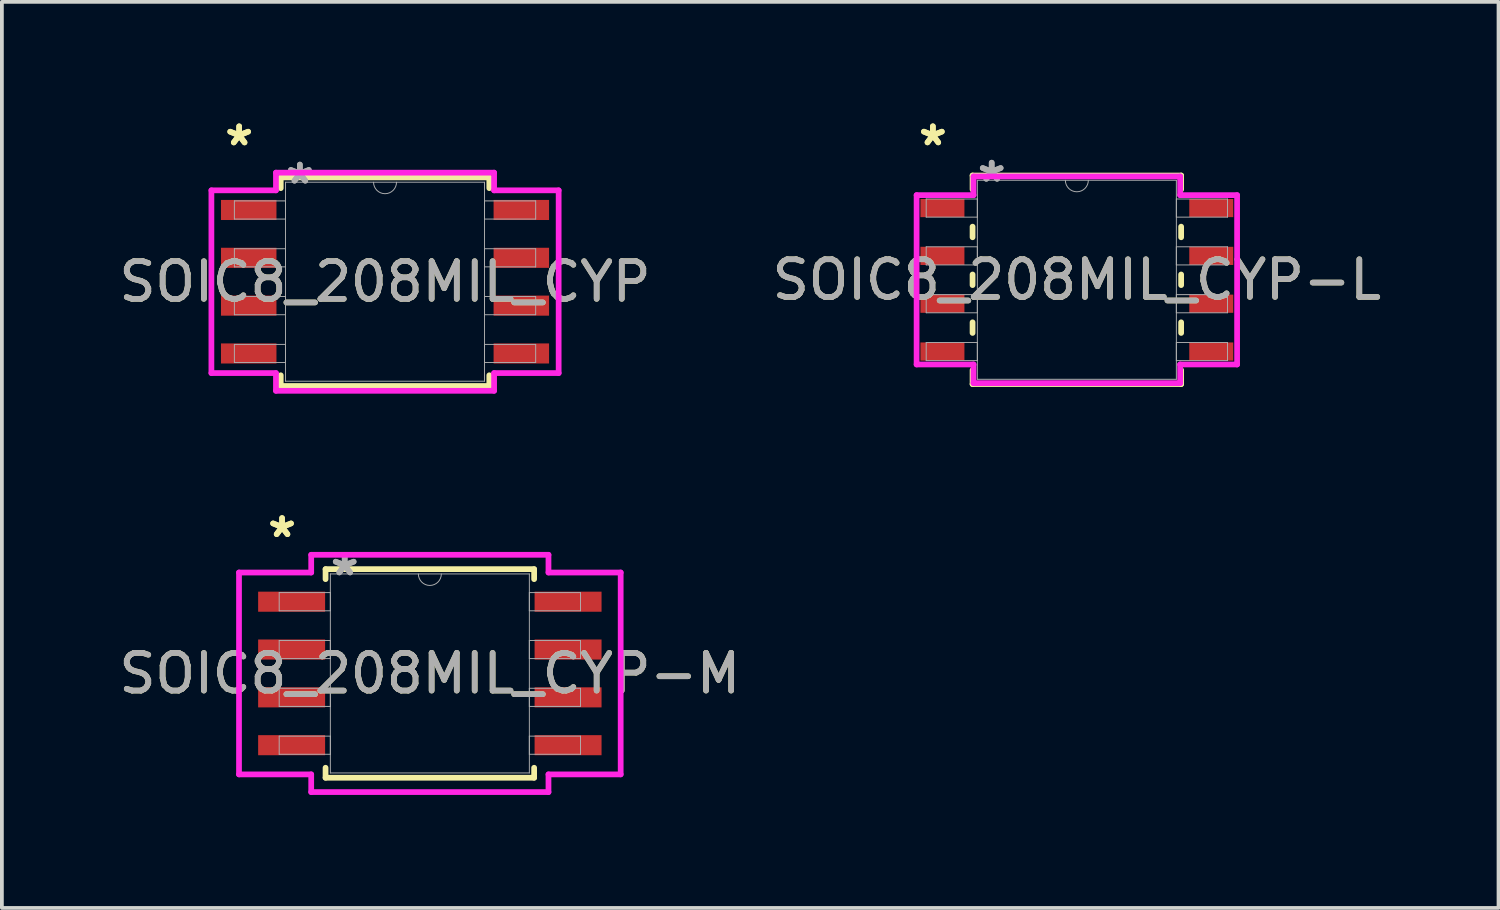
<source format=kicad_pcb>
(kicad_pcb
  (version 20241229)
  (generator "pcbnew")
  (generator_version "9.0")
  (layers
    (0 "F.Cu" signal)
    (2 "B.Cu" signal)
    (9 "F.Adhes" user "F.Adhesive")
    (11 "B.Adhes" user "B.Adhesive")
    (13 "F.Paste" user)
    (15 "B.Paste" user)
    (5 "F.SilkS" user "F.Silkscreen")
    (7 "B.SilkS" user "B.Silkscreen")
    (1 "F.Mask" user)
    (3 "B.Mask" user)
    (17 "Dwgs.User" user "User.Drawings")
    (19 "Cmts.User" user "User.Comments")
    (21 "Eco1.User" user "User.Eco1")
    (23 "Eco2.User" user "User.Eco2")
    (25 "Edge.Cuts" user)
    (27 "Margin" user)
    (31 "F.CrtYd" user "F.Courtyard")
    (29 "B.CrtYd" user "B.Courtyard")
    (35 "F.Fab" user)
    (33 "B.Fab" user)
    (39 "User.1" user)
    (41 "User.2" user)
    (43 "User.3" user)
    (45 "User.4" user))
  (footprint "SOIC8_208MIL_CYP-L"
    (layer "F.Cu")
    (at 25.542 4.379)
    (property "Reference" "SOIC8_208MIL_CYP-L" (at 0 0 0) (unlocked yes) (layer "F.SilkS") (effects (font (size 1 1) (thickness 0.15))))
    (attr smd)
    (fp_line (start -2.769 -2.769) (end -2.769 -2.399) (stroke (width 0.152) (type solid)) (layer "F.SilkS"))
    (fp_line (start -2.769 -1.411) (end -2.769 -1.129) (stroke (width 0.152) (type solid)) (layer "F.SilkS"))
    (fp_line (start -2.769 -0.141) (end -2.769 0.141) (stroke (width 0.152) (type solid)) (layer "F.SilkS"))
    (fp_line (start -2.769 1.129) (end -2.769 1.411) (stroke (width 0.152) (type solid)) (layer "F.SilkS"))
    (fp_line (start -2.769 2.399) (end -2.769 2.769) (stroke (width 0.152) (type solid)) (layer "F.SilkS"))
    (fp_line (start -2.769 2.769) (end 2.769 2.769) (stroke (width 0.152) (type solid)) (layer "F.SilkS"))
    (fp_line (start 2.769 -2.769) (end -2.769 -2.769) (stroke (width 0.152) (type solid)) (layer "F.SilkS"))
    (fp_line (start 2.769 -2.399) (end 2.769 -2.769) (stroke (width 0.152) (type solid)) (layer "F.SilkS"))
    (fp_line (start 2.769 -1.129) (end 2.769 -1.411) (stroke (width 0.152) (type solid)) (layer "F.SilkS"))
    (fp_line (start 2.769 0.141) (end 2.769 -0.141) (stroke (width 0.152) (type solid)) (layer "F.SilkS"))
    (fp_line (start 2.769 1.411) (end 2.769 1.129) (stroke (width 0.152) (type solid)) (layer "F.SilkS"))
    (fp_line (start 2.769 2.769) (end 2.769 2.399) (stroke (width 0.152) (type solid)) (layer "F.SilkS"))
    (fp_line (start -4.255 -2.248) (end -2.743 -2.248) (stroke (width 0.152) (type solid)) (layer "F.CrtYd"))
    (fp_line (start -4.255 2.248) (end -4.255 -2.248) (stroke (width 0.152) (type solid)) (layer "F.CrtYd"))
    (fp_line (start -4.255 2.248) (end -2.743 2.248) (stroke (width 0.152) (type solid)) (layer "F.CrtYd"))
    (fp_line (start -2.743 -2.743) (end 2.743 -2.743) (stroke (width 0.152) (type solid)) (layer "F.CrtYd"))
    (fp_line (start -2.743 -2.248) (end -2.743 -2.743) (stroke (width 0.152) (type solid)) (layer "F.CrtYd"))
    (fp_line (start -2.743 2.743) (end -2.743 2.248) (stroke (width 0.152) (type solid)) (layer "F.CrtYd"))
    (fp_line (start 2.743 -2.743) (end 2.743 -2.248) (stroke (width 0.152) (type solid)) (layer "F.CrtYd"))
    (fp_line (start 2.743 2.248) (end 2.743 2.743) (stroke (width 0.152) (type solid)) (layer "F.CrtYd"))
    (fp_line (start 2.743 2.743) (end -2.743 2.743) (stroke (width 0.152) (type solid)) (layer "F.CrtYd"))
    (fp_line (start 4.255 -2.248) (end 2.743 -2.248) (stroke (width 0.152) (type solid)) (layer "F.CrtYd"))
    (fp_line (start 4.255 -2.248) (end 4.255 2.248) (stroke (width 0.152) (type solid)) (layer "F.CrtYd"))
    (fp_line (start 4.255 2.248) (end 2.743 2.248) (stroke (width 0.152) (type solid)) (layer "F.CrtYd"))
    (fp_line (start -4 -2.146) (end -4 -1.664) (stroke (width 0.025) (type solid)) (layer "F.Fab"))
    (fp_line (start -4 -1.664) (end -2.642 -1.664) (stroke (width 0.025) (type solid)) (layer "F.Fab"))
    (fp_line (start -4 -0.876) (end -4 -0.394) (stroke (width 0.025) (type solid)) (layer "F.Fab"))
    (fp_line (start -4 -0.394) (end -2.642 -0.394) (stroke (width 0.025) (type solid)) (layer "F.Fab"))
    (fp_line (start -4 0.394) (end -4 0.876) (stroke (width 0.025) (type solid)) (layer "F.Fab"))
    (fp_line (start -4 0.876) (end -2.642 0.876) (stroke (width 0.025) (type solid)) (layer "F.Fab"))
    (fp_line (start -4 1.664) (end -4 2.146) (stroke (width 0.025) (type solid)) (layer "F.Fab"))
    (fp_line (start -4 2.146) (end -2.642 2.146) (stroke (width 0.025) (type solid)) (layer "F.Fab"))
    (fp_line (start -2.642 -2.642) (end -2.642 2.642) (stroke (width 0.025) (type solid)) (layer "F.Fab"))
    (fp_line (start -2.642 -2.146) (end -4 -2.146) (stroke (width 0.025) (type solid)) (layer "F.Fab"))
    (fp_line (start -2.642 -1.664) (end -2.642 -2.146) (stroke (width 0.025) (type solid)) (layer "F.Fab"))
    (fp_line (start -2.642 -0.876) (end -4 -0.876) (stroke (width 0.025) (type solid)) (layer "F.Fab"))
    (fp_line (start -2.642 -0.394) (end -2.642 -0.876) (stroke (width 0.025) (type solid)) (layer "F.Fab"))
    (fp_line (start -2.642 0.394) (end -4 0.394) (stroke (width 0.025) (type solid)) (layer "F.Fab"))
    (fp_line (start -2.642 0.876) (end -2.642 0.394) (stroke (width 0.025) (type solid)) (layer "F.Fab"))
    (fp_line (start -2.642 1.664) (end -4 1.664) (stroke (width 0.025) (type solid)) (layer "F.Fab"))
    (fp_line (start -2.642 2.146) (end -2.642 1.664) (stroke (width 0.025) (type solid)) (layer "F.Fab"))
    (fp_line (start -2.642 2.642) (end 2.642 2.642) (stroke (width 0.025) (type solid)) (layer "F.Fab"))
    (fp_line (start 2.642 -2.642) (end -2.642 -2.642) (stroke (width 0.025) (type solid)) (layer "F.Fab"))
    (fp_line (start 2.642 -2.146) (end 2.642 -1.664) (stroke (width 0.025) (type solid)) (layer "F.Fab"))
    (fp_line (start 2.642 -1.664) (end 4 -1.664) (stroke (width 0.025) (type solid)) (layer "F.Fab"))
    (fp_line (start 2.642 -0.876) (end 2.642 -0.394) (stroke (width 0.025) (type solid)) (layer "F.Fab"))
    (fp_line (start 2.642 -0.394) (end 4 -0.394) (stroke (width 0.025) (type solid)) (layer "F.Fab"))
    (fp_line (start 2.642 0.394) (end 2.642 0.876) (stroke (width 0.025) (type solid)) (layer "F.Fab"))
    (fp_line (start 2.642 0.876) (end 4 0.876) (stroke (width 0.025) (type solid)) (layer "F.Fab"))
    (fp_line (start 2.642 1.664) (end 2.642 2.146) (stroke (width 0.025) (type solid)) (layer "F.Fab"))
    (fp_line (start 2.642 2.146) (end 4 2.146) (stroke (width 0.025) (type solid)) (layer "F.Fab"))
    (fp_line (start 2.642 2.642) (end 2.642 -2.642) (stroke (width 0.025) (type solid)) (layer "F.Fab"))
    (fp_line (start 4 -2.146) (end 2.642 -2.146) (stroke (width 0.025) (type solid)) (layer "F.Fab"))
    (fp_line (start 4 -1.664) (end 4 -2.146) (stroke (width 0.025) (type solid)) (layer "F.Fab"))
    (fp_line (start 4 -0.876) (end 2.642 -0.876) (stroke (width 0.025) (type solid)) (layer "F.Fab"))
    (fp_line (start 4 -0.394) (end 4 -0.876) (stroke (width 0.025) (type solid)) (layer "F.Fab"))
    (fp_line (start 4 0.394) (end 2.642 0.394) (stroke (width 0.025) (type solid)) (layer "F.Fab"))
    (fp_line (start 4 0.876) (end 4 0.394) (stroke (width 0.025) (type solid)) (layer "F.Fab"))
    (fp_line (start 4 1.664) (end 2.642 1.664) (stroke (width 0.025) (type solid)) (layer "F.Fab"))
    (fp_line (start 4 2.146) (end 4 1.664) (stroke (width 0.025) (type solid)) (layer "F.Fab"))
    (fp_arc (start 0.3048 -2.6416) (mid 0 -2.3368) (end -0.3048 -2.6416) (stroke (width 0.0254) (type solid)) (layer "F.Fab"))
    (fp_text user "*" (at -3.823 -3.531 0) (layer "F.SilkS") (effects (font (size 1 1) (thickness 0.15))))
    (fp_text user "*" (at -3.823 -3.531 0) (unlocked yes) (layer "F.SilkS") (effects (font (size 1 1) (thickness 0.15))))
    (fp_text user "*" (at -2.261 -2.565 0) (layer "F.Fab") (effects (font (size 1 1) (thickness 0.15))))
    (fp_text user "${REFERENCE}" (at 0 0 0) (unlocked yes) (layer "F.Fab") (effects (font (size 1 1) (thickness 0.15))))
    (fp_text user "*" (at -2.261 -2.565 0) (unlocked yes) (layer "F.Fab") (effects (font (size 1 1) (thickness 0.15))))
    (pad "1" smd rect (at -3.569 -1.905) (size 1.168 0.483) (layers "F.Cu" "F.Mask" "F.Paste"))
    (pad "2" smd rect (at -3.569 -0.635) (size 1.168 0.483) (layers "F.Cu" "F.Mask" "F.Paste"))
    (pad "3" smd rect (at -3.569 0.635) (size 1.168 0.483) (layers "F.Cu" "F.Mask" "F.Paste"))
    (pad "4" smd rect (at -3.569 1.905) (size 1.168 0.483) (layers "F.Cu" "F.Mask" "F.Paste"))
    (pad "5" smd rect (at 3.569 1.905) (size 1.168 0.483) (layers "F.Cu" "F.Mask" "F.Paste"))
    (pad "6" smd rect (at 3.569 0.635) (size 1.168 0.483) (layers "F.Cu" "F.Mask" "F.Paste"))
    (pad "7" smd rect (at 3.569 -0.635) (size 1.168 0.483) (layers "F.Cu" "F.Mask" "F.Paste"))
    (pad "8" smd rect (at 3.569 -1.905) (size 1.168 0.483) (layers "F.Cu" "F.Mask" "F.Paste")))
  (footprint "SOIC8_208MIL_CYP-M"
    (layer "F.Cu")
    (at 8.363 14.831)
    (property "Reference" "SOIC8_208MIL_CYP-M" (at 0 0 0) (unlocked yes) (layer "F.SilkS") (effects (font (size 1 1) (thickness 0.15))))
    (attr smd)
    (fp_line (start -2.769 -2.769) (end -2.769 -2.504) (stroke (width 0.152) (type solid)) (layer "F.SilkS"))
    (fp_line (start -2.769 2.504) (end -2.769 2.769) (stroke (width 0.152) (type solid)) (layer "F.SilkS"))
    (fp_line (start -2.769 2.769) (end 2.769 2.769) (stroke (width 0.152) (type solid)) (layer "F.SilkS"))
    (fp_line (start 2.769 -2.769) (end -2.769 -2.769) (stroke (width 0.152) (type solid)) (layer "F.SilkS"))
    (fp_line (start 2.769 -2.504) (end 2.769 -2.769) (stroke (width 0.152) (type solid)) (layer "F.SilkS"))
    (fp_line (start 2.769 2.769) (end 2.769 2.504) (stroke (width 0.152) (type solid)) (layer "F.SilkS"))
    (fp_line (start -5.067 -2.68) (end -3.15 -2.68) (stroke (width 0.152) (type solid)) (layer "F.CrtYd"))
    (fp_line (start -5.067 2.68) (end -5.067 -2.68) (stroke (width 0.152) (type solid)) (layer "F.CrtYd"))
    (fp_line (start -5.067 2.68) (end -3.15 2.68) (stroke (width 0.152) (type solid)) (layer "F.CrtYd"))
    (fp_line (start -3.15 -3.15) (end 3.15 -3.15) (stroke (width 0.152) (type solid)) (layer "F.CrtYd"))
    (fp_line (start -3.15 -2.68) (end -3.15 -3.15) (stroke (width 0.152) (type solid)) (layer "F.CrtYd"))
    (fp_line (start -3.15 3.15) (end -3.15 2.68) (stroke (width 0.152) (type solid)) (layer "F.CrtYd"))
    (fp_line (start 3.15 -3.15) (end 3.15 -2.68) (stroke (width 0.152) (type solid)) (layer "F.CrtYd"))
    (fp_line (start 3.15 2.68) (end 3.15 3.15) (stroke (width 0.152) (type solid)) (layer "F.CrtYd"))
    (fp_line (start 3.15 3.15) (end -3.15 3.15) (stroke (width 0.152) (type solid)) (layer "F.CrtYd"))
    (fp_line (start 5.067 -2.68) (end 3.15 -2.68) (stroke (width 0.152) (type solid)) (layer "F.CrtYd"))
    (fp_line (start 5.067 -2.68) (end 5.067 2.68) (stroke (width 0.152) (type solid)) (layer "F.CrtYd"))
    (fp_line (start 5.067 2.68) (end 3.15 2.68) (stroke (width 0.152) (type solid)) (layer "F.CrtYd"))
    (fp_line (start -4 -2.146) (end -4 -1.664) (stroke (width 0.025) (type solid)) (layer "F.Fab"))
    (fp_line (start -4 -1.664) (end -2.642 -1.664) (stroke (width 0.025) (type solid)) (layer "F.Fab"))
    (fp_line (start -4 -0.876) (end -4 -0.394) (stroke (width 0.025) (type solid)) (layer "F.Fab"))
    (fp_line (start -4 -0.394) (end -2.642 -0.394) (stroke (width 0.025) (type solid)) (layer "F.Fab"))
    (fp_line (start -4 0.394) (end -4 0.876) (stroke (width 0.025) (type solid)) (layer "F.Fab"))
    (fp_line (start -4 0.876) (end -2.642 0.876) (stroke (width 0.025) (type solid)) (layer "F.Fab"))
    (fp_line (start -4 1.664) (end -4 2.146) (stroke (width 0.025) (type solid)) (layer "F.Fab"))
    (fp_line (start -4 2.146) (end -2.642 2.146) (stroke (width 0.025) (type solid)) (layer "F.Fab"))
    (fp_line (start -2.642 -2.642) (end -2.642 2.642) (stroke (width 0.025) (type solid)) (layer "F.Fab"))
    (fp_line (start -2.642 -2.146) (end -4 -2.146) (stroke (width 0.025) (type solid)) (layer "F.Fab"))
    (fp_line (start -2.642 -1.664) (end -2.642 -2.146) (stroke (width 0.025) (type solid)) (layer "F.Fab"))
    (fp_line (start -2.642 -0.876) (end -4 -0.876) (stroke (width 0.025) (type solid)) (layer "F.Fab"))
    (fp_line (start -2.642 -0.394) (end -2.642 -0.876) (stroke (width 0.025) (type solid)) (layer "F.Fab"))
    (fp_line (start -2.642 0.394) (end -4 0.394) (stroke (width 0.025) (type solid)) (layer "F.Fab"))
    (fp_line (start -2.642 0.876) (end -2.642 0.394) (stroke (width 0.025) (type solid)) (layer "F.Fab"))
    (fp_line (start -2.642 1.664) (end -4 1.664) (stroke (width 0.025) (type solid)) (layer "F.Fab"))
    (fp_line (start -2.642 2.146) (end -2.642 1.664) (stroke (width 0.025) (type solid)) (layer "F.Fab"))
    (fp_line (start -2.642 2.642) (end 2.642 2.642) (stroke (width 0.025) (type solid)) (layer "F.Fab"))
    (fp_line (start 2.642 -2.642) (end -2.642 -2.642) (stroke (width 0.025) (type solid)) (layer "F.Fab"))
    (fp_line (start 2.642 -2.146) (end 2.642 -1.664) (stroke (width 0.025) (type solid)) (layer "F.Fab"))
    (fp_line (start 2.642 -1.664) (end 4 -1.664) (stroke (width 0.025) (type solid)) (layer "F.Fab"))
    (fp_line (start 2.642 -0.876) (end 2.642 -0.394) (stroke (width 0.025) (type solid)) (layer "F.Fab"))
    (fp_line (start 2.642 -0.394) (end 4 -0.394) (stroke (width 0.025) (type solid)) (layer "F.Fab"))
    (fp_line (start 2.642 0.394) (end 2.642 0.876) (stroke (width 0.025) (type solid)) (layer "F.Fab"))
    (fp_line (start 2.642 0.876) (end 4 0.876) (stroke (width 0.025) (type solid)) (layer "F.Fab"))
    (fp_line (start 2.642 1.664) (end 2.642 2.146) (stroke (width 0.025) (type solid)) (layer "F.Fab"))
    (fp_line (start 2.642 2.146) (end 4 2.146) (stroke (width 0.025) (type solid)) (layer "F.Fab"))
    (fp_line (start 2.642 2.642) (end 2.642 -2.642) (stroke (width 0.025) (type solid)) (layer "F.Fab"))
    (fp_line (start 4 -2.146) (end 2.642 -2.146) (stroke (width 0.025) (type solid)) (layer "F.Fab"))
    (fp_line (start 4 -1.664) (end 4 -2.146) (stroke (width 0.025) (type solid)) (layer "F.Fab"))
    (fp_line (start 4 -0.876) (end 2.642 -0.876) (stroke (width 0.025) (type solid)) (layer "F.Fab"))
    (fp_line (start 4 -0.394) (end 4 -0.876) (stroke (width 0.025) (type solid)) (layer "F.Fab"))
    (fp_line (start 4 0.394) (end 2.642 0.394) (stroke (width 0.025) (type solid)) (layer "F.Fab"))
    (fp_line (start 4 0.876) (end 4 0.394) (stroke (width 0.025) (type solid)) (layer "F.Fab"))
    (fp_line (start 4 1.664) (end 2.642 1.664) (stroke (width 0.025) (type solid)) (layer "F.Fab"))
    (fp_line (start 4 2.146) (end 4 1.664) (stroke (width 0.025) (type solid)) (layer "F.Fab"))
    (fp_arc (start 0.3048 -2.6416) (mid 0 -2.3368) (end -0.3048 -2.6416) (stroke (width 0.0254) (type solid)) (layer "F.Fab"))
    (fp_text user "*" (at -3.924 -3.581 0) (unlocked yes) (layer "F.SilkS") (effects (font (size 1 1) (thickness 0.15))))
    (fp_text user "*" (at -3.924 -3.581 0) (layer "F.SilkS") (effects (font (size 1 1) (thickness 0.15))))
    (fp_text user "${REFERENCE}" (at 0 0 0) (unlocked yes) (layer "F.Fab") (effects (font (size 1 1) (thickness 0.15))))
    (fp_text user "*" (at -2.261 -2.565 0) (unlocked yes) (layer "F.Fab") (effects (font (size 1 1) (thickness 0.15))))
    (fp_text user "*" (at -2.261 -2.565 0) (layer "F.Fab") (effects (font (size 1 1) (thickness 0.15))))
    (pad "1" smd rect (at -3.67 -1.905) (size 1.778 0.533) (layers "F.Cu" "F.Mask" "F.Paste"))
    (pad "2" smd rect (at -3.67 -0.635) (size 1.778 0.533) (layers "F.Cu" "F.Mask" "F.Paste"))
    (pad "3" smd rect (at -3.67 0.635) (size 1.778 0.533) (layers "F.Cu" "F.Mask" "F.Paste"))
    (pad "4" smd rect (at -3.67 1.905) (size 1.778 0.533) (layers "F.Cu" "F.Mask" "F.Paste"))
    (pad "5" smd rect (at 3.67 1.905) (size 1.778 0.533) (layers "F.Cu" "F.Mask" "F.Paste"))
    (pad "6" smd rect (at 3.67 0.635) (size 1.778 0.533) (layers "F.Cu" "F.Mask" "F.Paste"))
    (pad "7" smd rect (at 3.67 -0.635) (size 1.778 0.533) (layers "F.Cu" "F.Mask" "F.Paste"))
    (pad "8" smd rect (at 3.67 -1.905) (size 1.778 0.533) (layers "F.Cu" "F.Mask" "F.Paste")))
  (footprint "SOIC8_208MIL_CYP"
    (layer "F.Cu")
    (at 7.173 4.43)
    (property "Reference" "SOIC8_208MIL_CYP" (at 0 0 0) (unlocked yes) (layer "F.SilkS") (effects (font (size 1 1) (thickness 0.15))))
    (attr smd)
    (fp_line (start -2.769 -2.769) (end -2.769 -2.484) (stroke (width 0.152) (type solid)) (layer "F.SilkS"))
    (fp_line (start -2.769 2.484) (end -2.769 2.769) (stroke (width 0.152) (type solid)) (layer "F.SilkS"))
    (fp_line (start -2.769 2.769) (end 2.769 2.769) (stroke (width 0.152) (type solid)) (layer "F.SilkS"))
    (fp_line (start 2.769 -2.769) (end -2.769 -2.769) (stroke (width 0.152) (type solid)) (layer "F.SilkS"))
    (fp_line (start 2.769 -2.484) (end 2.769 -2.769) (stroke (width 0.152) (type solid)) (layer "F.SilkS"))
    (fp_line (start 2.769 2.769) (end 2.769 2.484) (stroke (width 0.152) (type solid)) (layer "F.SilkS"))
    (fp_line (start -4.61 -2.426) (end -2.896 -2.426) (stroke (width 0.152) (type solid)) (layer "F.CrtYd"))
    (fp_line (start -4.61 2.426) (end -4.61 -2.426) (stroke (width 0.152) (type solid)) (layer "F.CrtYd"))
    (fp_line (start -4.61 2.426) (end -2.896 2.426) (stroke (width 0.152) (type solid)) (layer "F.CrtYd"))
    (fp_line (start -2.896 -2.896) (end 2.896 -2.896) (stroke (width 0.152) (type solid)) (layer "F.CrtYd"))
    (fp_line (start -2.896 -2.426) (end -2.896 -2.896) (stroke (width 0.152) (type solid)) (layer "F.CrtYd"))
    (fp_line (start -2.896 2.896) (end -2.896 2.426) (stroke (width 0.152) (type solid)) (layer "F.CrtYd"))
    (fp_line (start 2.896 -2.896) (end 2.896 -2.426) (stroke (width 0.152) (type solid)) (layer "F.CrtYd"))
    (fp_line (start 2.896 2.426) (end 2.896 2.896) (stroke (width 0.152) (type solid)) (layer "F.CrtYd"))
    (fp_line (start 2.896 2.896) (end -2.896 2.896) (stroke (width 0.152) (type solid)) (layer "F.CrtYd"))
    (fp_line (start 4.61 -2.426) (end 2.896 -2.426) (stroke (width 0.152) (type solid)) (layer "F.CrtYd"))
    (fp_line (start 4.61 -2.426) (end 4.61 2.426) (stroke (width 0.152) (type solid)) (layer "F.CrtYd"))
    (fp_line (start 4.61 2.426) (end 2.896 2.426) (stroke (width 0.152) (type solid)) (layer "F.CrtYd"))
    (fp_line (start -4 -2.146) (end -4 -1.664) (stroke (width 0.025) (type solid)) (layer "F.Fab"))
    (fp_line (start -4 -1.664) (end -2.642 -1.664) (stroke (width 0.025) (type solid)) (layer "F.Fab"))
    (fp_line (start -4 -0.876) (end -4 -0.394) (stroke (width 0.025) (type solid)) (layer "F.Fab"))
    (fp_line (start -4 -0.394) (end -2.642 -0.394) (stroke (width 0.025) (type solid)) (layer "F.Fab"))
    (fp_line (start -4 0.394) (end -4 0.876) (stroke (width 0.025) (type solid)) (layer "F.Fab"))
    (fp_line (start -4 0.876) (end -2.642 0.876) (stroke (width 0.025) (type solid)) (layer "F.Fab"))
    (fp_line (start -4 1.664) (end -4 2.146) (stroke (width 0.025) (type solid)) (layer "F.Fab"))
    (fp_line (start -4 2.146) (end -2.642 2.146) (stroke (width 0.025) (type solid)) (layer "F.Fab"))
    (fp_line (start -2.642 -2.642) (end -2.642 2.642) (stroke (width 0.025) (type solid)) (layer "F.Fab"))
    (fp_line (start -2.642 -2.146) (end -4 -2.146) (stroke (width 0.025) (type solid)) (layer "F.Fab"))
    (fp_line (start -2.642 -1.664) (end -2.642 -2.146) (stroke (width 0.025) (type solid)) (layer "F.Fab"))
    (fp_line (start -2.642 -0.876) (end -4 -0.876) (stroke (width 0.025) (type solid)) (layer "F.Fab"))
    (fp_line (start -2.642 -0.394) (end -2.642 -0.876) (stroke (width 0.025) (type solid)) (layer "F.Fab"))
    (fp_line (start -2.642 0.394) (end -4 0.394) (stroke (width 0.025) (type solid)) (layer "F.Fab"))
    (fp_line (start -2.642 0.876) (end -2.642 0.394) (stroke (width 0.025) (type solid)) (layer "F.Fab"))
    (fp_line (start -2.642 1.664) (end -4 1.664) (stroke (width 0.025) (type solid)) (layer "F.Fab"))
    (fp_line (start -2.642 2.146) (end -2.642 1.664) (stroke (width 0.025) (type solid)) (layer "F.Fab"))
    (fp_line (start -2.642 2.642) (end 2.642 2.642) (stroke (width 0.025) (type solid)) (layer "F.Fab"))
    (fp_line (start 2.642 -2.642) (end -2.642 -2.642) (stroke (width 0.025) (type solid)) (layer "F.Fab"))
    (fp_line (start 2.642 -2.146) (end 2.642 -1.664) (stroke (width 0.025) (type solid)) (layer "F.Fab"))
    (fp_line (start 2.642 -1.664) (end 4 -1.664) (stroke (width 0.025) (type solid)) (layer "F.Fab"))
    (fp_line (start 2.642 -0.876) (end 2.642 -0.394) (stroke (width 0.025) (type solid)) (layer "F.Fab"))
    (fp_line (start 2.642 -0.394) (end 4 -0.394) (stroke (width 0.025) (type solid)) (layer "F.Fab"))
    (fp_line (start 2.642 0.394) (end 2.642 0.876) (stroke (width 0.025) (type solid)) (layer "F.Fab"))
    (fp_line (start 2.642 0.876) (end 4 0.876) (stroke (width 0.025) (type solid)) (layer "F.Fab"))
    (fp_line (start 2.642 1.664) (end 2.642 2.146) (stroke (width 0.025) (type solid)) (layer "F.Fab"))
    (fp_line (start 2.642 2.146) (end 4 2.146) (stroke (width 0.025) (type solid)) (layer "F.Fab"))
    (fp_line (start 2.642 2.642) (end 2.642 -2.642) (stroke (width 0.025) (type solid)) (layer "F.Fab"))
    (fp_line (start 4 -2.146) (end 2.642 -2.146) (stroke (width 0.025) (type solid)) (layer "F.Fab"))
    (fp_line (start 4 -1.664) (end 4 -2.146) (stroke (width 0.025) (type solid)) (layer "F.Fab"))
    (fp_line (start 4 -0.876) (end 2.642 -0.876) (stroke (width 0.025) (type solid)) (layer "F.Fab"))
    (fp_line (start 4 -0.394) (end 4 -0.876) (stroke (width 0.025) (type solid)) (layer "F.Fab"))
    (fp_line (start 4 0.394) (end 2.642 0.394) (stroke (width 0.025) (type solid)) (layer "F.Fab"))
    (fp_line (start 4 0.876) (end 4 0.394) (stroke (width 0.025) (type solid)) (layer "F.Fab"))
    (fp_line (start 4 1.664) (end 2.642 1.664) (stroke (width 0.025) (type solid)) (layer "F.Fab"))
    (fp_line (start 4 2.146) (end 4 1.664) (stroke (width 0.025) (type solid)) (layer "F.Fab"))
    (fp_arc (start 0.3048 -2.6416) (mid 0 -2.3368) (end -0.3048 -2.6416) (stroke (width 0.0254) (type solid)) (layer "F.Fab"))
    (fp_text user "*" (at -3.873 -3.581 0) (unlocked yes) (layer "F.SilkS") (effects (font (size 1 1) (thickness 0.15))))
    (fp_text user "*" (at -3.873 -3.581 0) (layer "F.SilkS") (effects (font (size 1 1) (thickness 0.15))))
    (fp_text user "*" (at -2.261 -2.565 0) (layer "F.Fab") (effects (font (size 1 1) (thickness 0.15))))
    (fp_text user "*" (at -2.261 -2.565 0) (unlocked yes) (layer "F.Fab") (effects (font (size 1 1) (thickness 0.15))))
    (fp_text user "${REFERENCE}" (at 0 0 0) (unlocked yes) (layer "F.Fab") (effects (font (size 1 1) (thickness 0.15))))
    (pad "1" smd rect (at -3.619 -1.905) (size 1.473 0.533) (layers "F.Cu" "F.Mask" "F.Paste"))
    (pad "2" smd rect (at -3.619 -0.635) (size 1.473 0.533) (layers "F.Cu" "F.Mask" "F.Paste"))
    (pad "3" smd rect (at -3.619 0.635) (size 1.473 0.533) (layers "F.Cu" "F.Mask" "F.Paste"))
    (pad "4" smd rect (at -3.619 1.905) (size 1.473 0.533) (layers "F.Cu" "F.Mask" "F.Paste"))
    (pad "5" smd rect (at 3.619 1.905) (size 1.473 0.533) (layers "F.Cu" "F.Mask" "F.Paste"))
    (pad "6" smd rect (at 3.619 0.635) (size 1.473 0.533) (layers "F.Cu" "F.Mask" "F.Paste"))
    (pad "7" smd rect (at 3.619 -0.635) (size 1.473 0.533) (layers "F.Cu" "F.Mask" "F.Paste"))
    (pad "8" smd rect (at 3.619 -1.905) (size 1.473 0.533) (layers "F.Cu" "F.Mask" "F.Paste")))
  (gr_rect
    (start -3 -3)
    (end 36.738 21.057)
    (stroke (width 0.1) (type default))
    (fill no)
    (layer "Edge.Cuts")))
</source>
